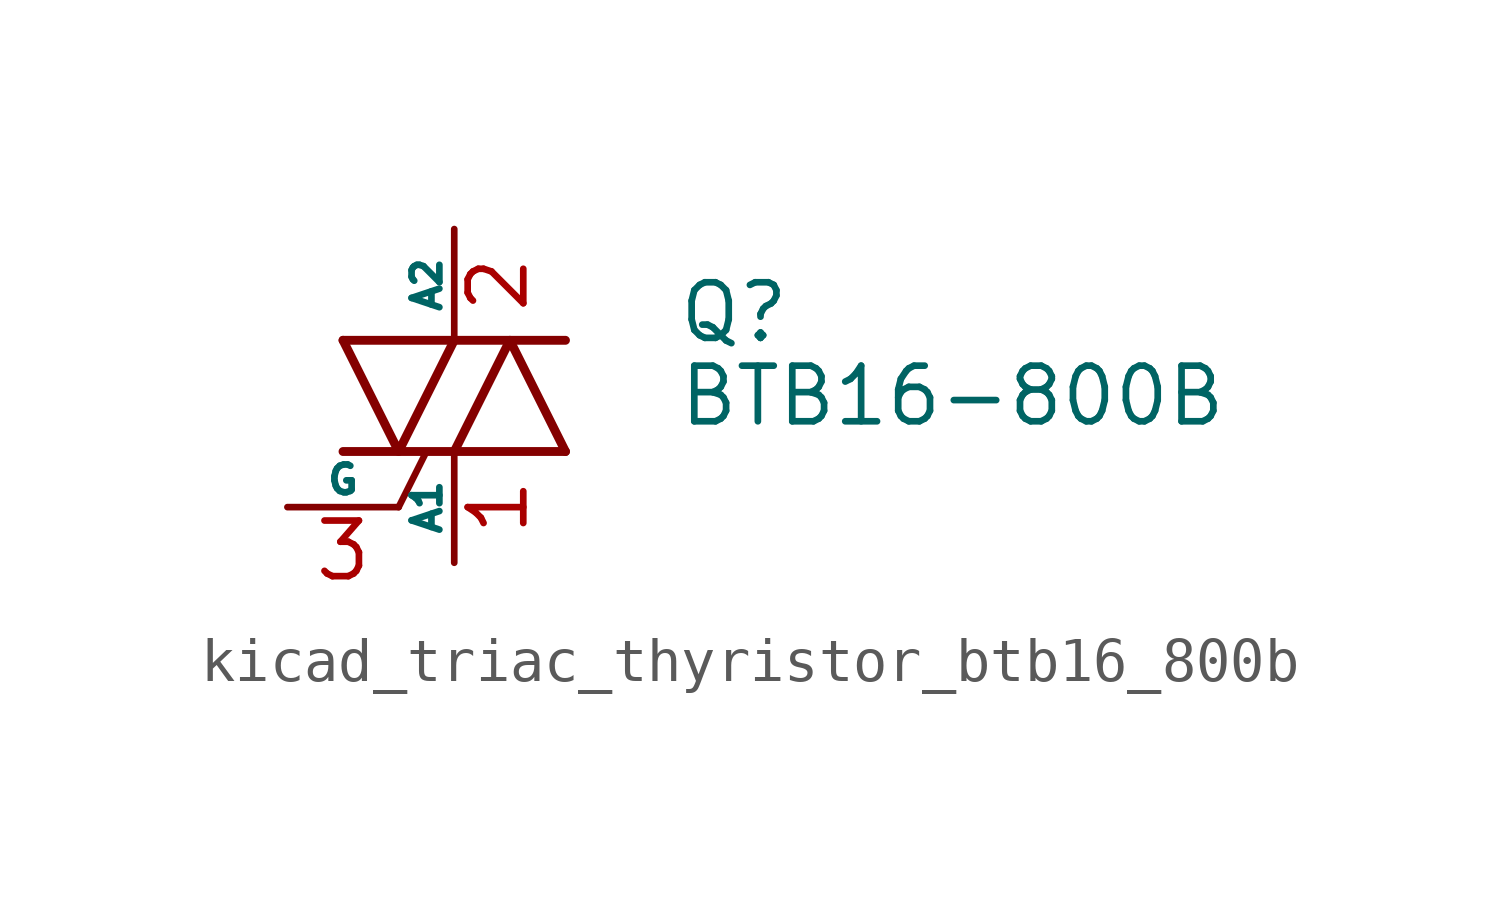
<source format=kicad_sym>
(kicad_symbol_lib
  (version 20220914)
  (generator kicad_symbol_editor)
  (symbol "kicad_triac_thyristor_btb16_800b"
    (pin_names
      (offset 0))
    (property "Reference" "Q"
      (at 5.08 1.905 0)
      (effects (font (size 1.27 1.27)) (justify left)))
    (property "Value" "BTB16-800B"
      (at 5.08 0 0)
      (effects (font (size 1.27 1.27)) (justify left)))
    (symbol "kicad_triac_thyristor_btb16_800b_0_1"
      (polyline (pts (xy -2.54 -1.27) (xy 2.54 -1.27)) (stroke (width 0.203) (type default)) (fill (type none)))
      (polyline (pts (xy -2.54 1.27) (xy 2.54 1.27)) (stroke (width 0.203) (type default)) (fill (type none)))
      (polyline (pts (xy -1.27 -2.54) (xy -0.635 -1.27)) (stroke (width 0) (type default)) (fill (type none)))
      (polyline (pts (xy -2.54 1.27) (xy -1.27 -1.27) (xy 0 1.27)) (stroke (width 0.203) (type default)) (fill (type none)))
      (polyline (pts (xy 0 -1.27) (xy 1.27 1.27) (xy 2.54 -1.27)) (stroke (width 0.203) (type default)) (fill (type none))))
    (symbol "kicad_triac_thyristor_btb16_800b_1_1"
      (pin passive line (at 0 -3.81 90) (length 2.54) (name "A1" (effects (font (size 0.635 0.635)))) (number "1" (effects (font (size 1.27 1.27)))))
      (pin passive line (at 0 3.81 270) (length 2.54) (name "A2" (effects (font (size 0.635 0.635)))) (number "2" (effects (font (size 1.27 1.27)))))
      (pin input line (at -3.81 -2.54 0) (length 2.54) (name "G" (effects (font (size 0.635 0.635)))) (number "3" (effects (font (size 1.27 1.27))))))))
</source>
